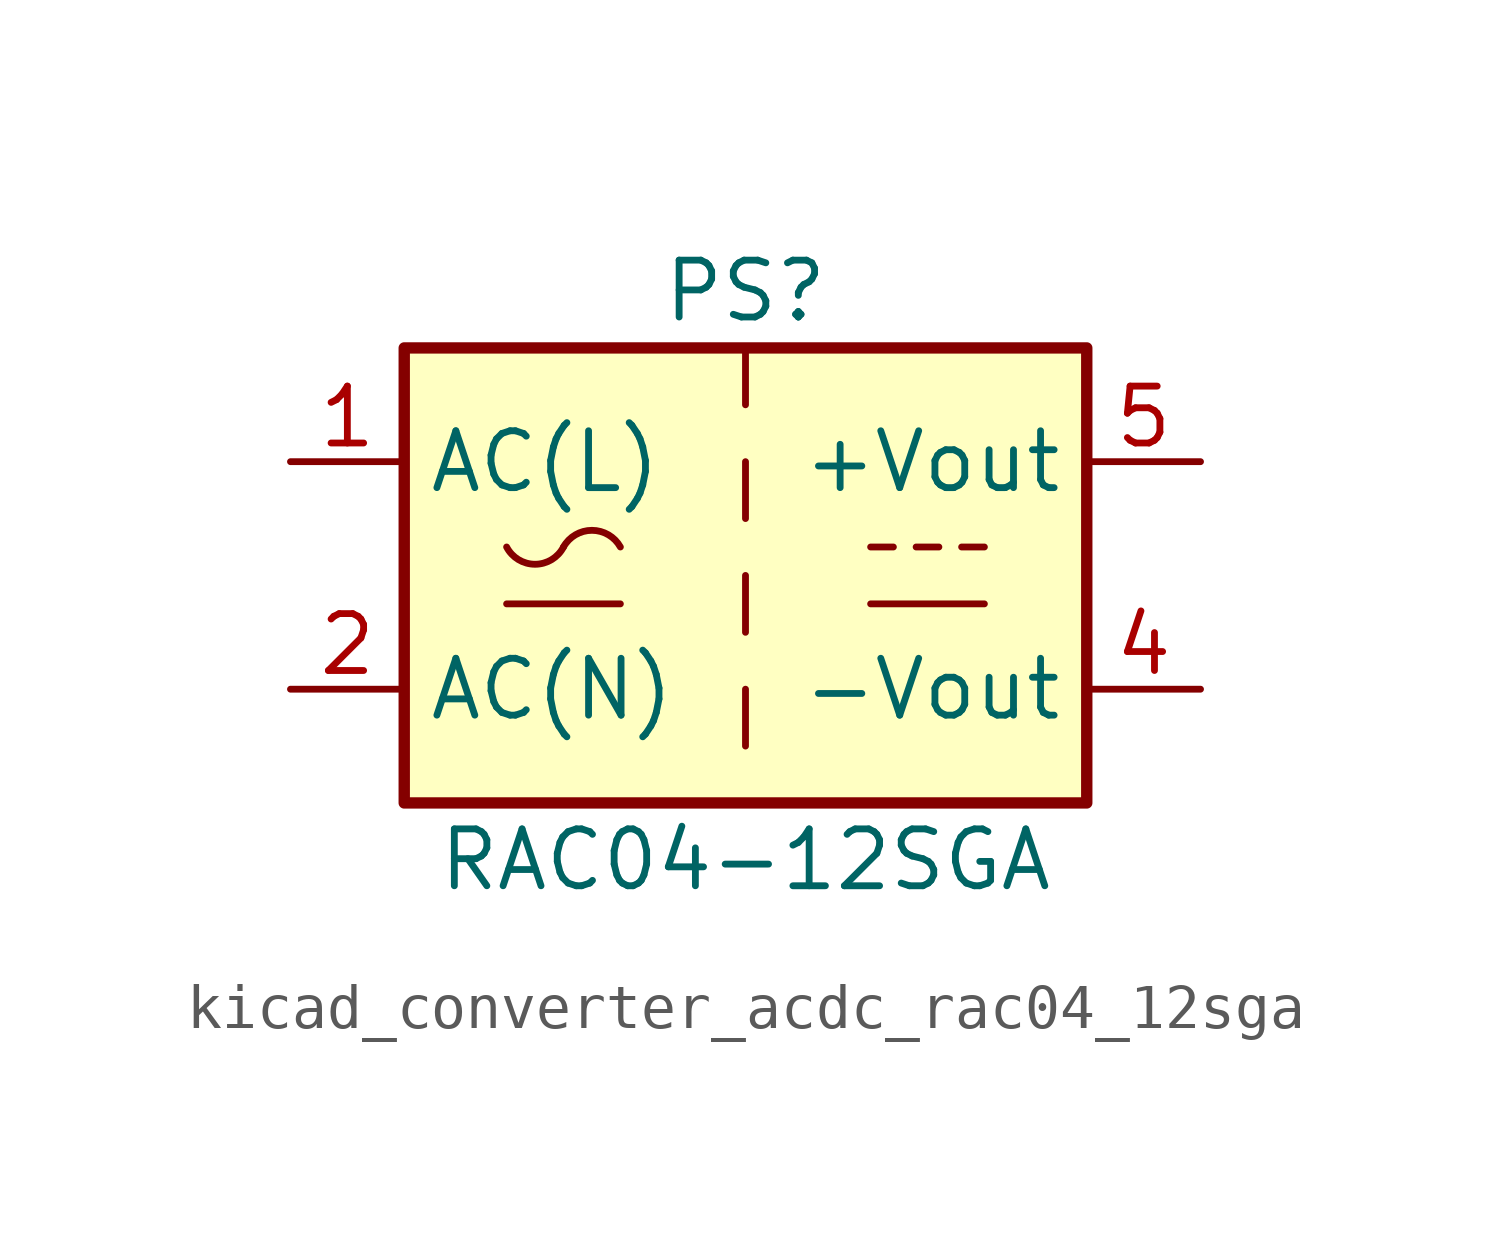
<source format=kicad_sym>
(kicad_symbol_lib
  (version 20220914)
  (generator kicad_symbol_editor)
  (symbol "kicad_converter_acdc_rac04_12sga"
    (property "Reference" "PS"
      (at 0 6.35 0)
      (effects (font (size 1.27 1.27))))
    (property "Value" "RAC04-12SGA"
      (at 0 -6.35 0)
      (effects (font (size 1.27 1.27))))
    (symbol "kicad_converter_acdc_rac04_12sga_1_1"
      (rectangle (start -7.62 5.08) (end 7.62 -5.08) (stroke (width 0.254) (type default)) (fill (type background)))
      (arc (start -5.334 0.635) (mid -4.699 0.2495) (end -4.064 0.635) (stroke (width 0) (type default)) (fill (type none)))
      (arc (start -2.794 0.635) (mid -3.429 1.0072) (end -4.064 0.635) (stroke (width 0) (type default)) (fill (type none)))
      (polyline (pts (xy -5.334 -0.635) (xy -2.794 -0.635)) (stroke (width 0) (type default)) (fill (type none)))
      (polyline (pts (xy 0 -2.54) (xy 0 -3.81)) (stroke (width 0) (type default)) (fill (type none)))
      (polyline (pts (xy 0 0) (xy 0 -1.27)) (stroke (width 0) (type default)) (fill (type none)))
      (polyline (pts (xy 0 2.54) (xy 0 1.27)) (stroke (width 0) (type default)) (fill (type none)))
      (polyline (pts (xy 0 5.08) (xy 0 3.81)) (stroke (width 0) (type default)) (fill (type none)))
      (polyline (pts (xy 2.794 -0.635) (xy 5.334 -0.635)) (stroke (width 0) (type default)) (fill (type none)))
      (polyline (pts (xy 2.794 0.635) (xy 3.302 0.635)) (stroke (width 0) (type default)) (fill (type none)))
      (polyline (pts (xy 3.81 0.635) (xy 4.318 0.635)) (stroke (width 0) (type default)) (fill (type none)))
      (polyline (pts (xy 4.826 0.635) (xy 5.334 0.635)) (stroke (width 0) (type default)) (fill (type none)))
      (pin power_in line (at -10.16 2.54 0) (length 2.54) (name "AC(L)" (effects (font (size 1.27 1.27)))) (number "1" (effects (font (size 1.27 1.27)))))
      (pin power_in line (at -10.16 -2.54 0) (length 2.54) (name "AC(N)" (effects (font (size 1.27 1.27)))) (number "2" (effects (font (size 1.27 1.27)))))
      (pin no_connect line (at 7.62 0 180) (length 2.54) hide (name "NC" (effects (font (size 1.27 1.27)))) (number "3" (effects (font (size 1.27 1.27)))))
      (pin power_out line (at 10.16 -2.54 180) (length 2.54) (name "-Vout" (effects (font (size 1.27 1.27)))) (number "4" (effects (font (size 1.27 1.27)))))
      (pin power_out line (at 10.16 2.54 180) (length 2.54) (name "+Vout" (effects (font (size 1.27 1.27)))) (number "5" (effects (font (size 1.27 1.27))))))))
</source>
